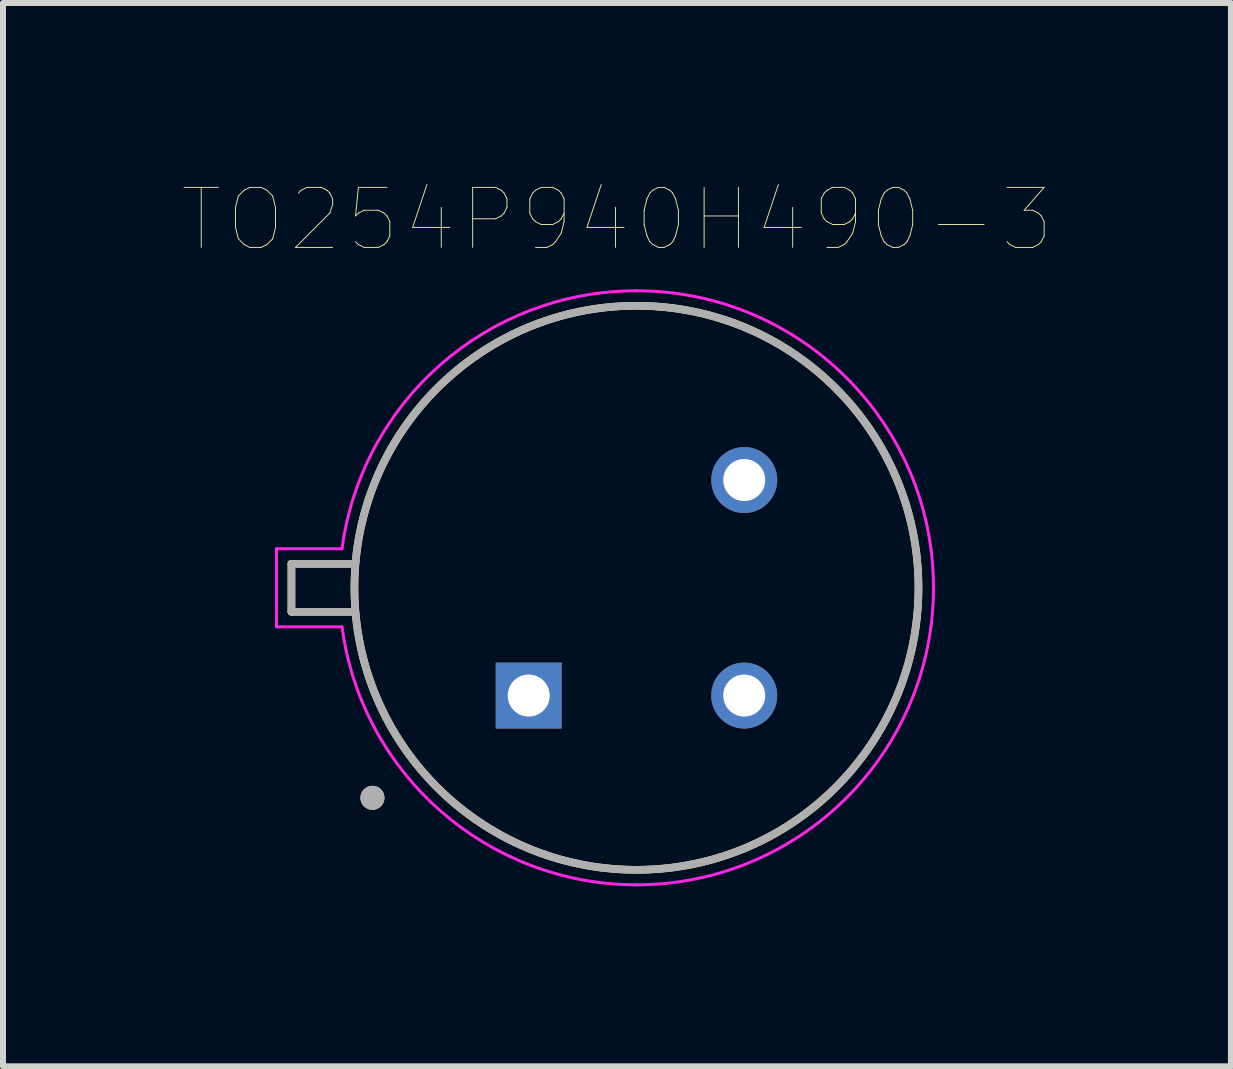
<source format=kicad_pcb>
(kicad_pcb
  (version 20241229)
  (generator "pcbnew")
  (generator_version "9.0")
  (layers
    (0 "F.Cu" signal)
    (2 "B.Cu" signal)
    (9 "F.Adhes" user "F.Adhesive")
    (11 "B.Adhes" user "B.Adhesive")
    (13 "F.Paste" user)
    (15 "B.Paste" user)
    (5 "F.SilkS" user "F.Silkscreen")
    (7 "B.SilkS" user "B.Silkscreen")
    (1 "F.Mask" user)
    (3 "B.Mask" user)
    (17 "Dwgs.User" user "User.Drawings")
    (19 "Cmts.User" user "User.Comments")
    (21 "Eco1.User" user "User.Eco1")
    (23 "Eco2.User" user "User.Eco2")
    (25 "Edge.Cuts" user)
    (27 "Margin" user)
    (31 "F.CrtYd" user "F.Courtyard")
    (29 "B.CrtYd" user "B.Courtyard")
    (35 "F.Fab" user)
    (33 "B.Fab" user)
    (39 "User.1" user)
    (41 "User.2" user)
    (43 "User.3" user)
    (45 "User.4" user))
  (footprint "TO254P940H490-3"
    (layer "F.Cu")
    (at 7.557 6.746)
    (property "Reference" "TO254P940H490-3" (at -0.325 -6.135 0) (layer "F.SilkS") (effects (font (size 1 1) (thickness 0.015))))
    (attr through_hole)
    (fp_line (start -5.75 0.4) (end -5.75 -0.4) (stroke (width 0.127) (type solid)) (layer "F.SilkS"))
    (fp_line (start -4.693 -0.4) (end -5.75 -0.4) (stroke (width 0.127) (type solid)) (layer "F.SilkS"))
    (fp_line (start -4.693 0.4) (end -5.75 0.4) (stroke (width 0.127) (type solid)) (layer "F.SilkS"))
    (fp_circle (center -4.4 3.5) (end -4.3 3.5) (stroke (width 0.2) (type solid)) (fill no) (layer "F.SilkS"))
    (fp_circle (center 0 0) (end 4.7 0) (stroke (width 0.127) (type solid)) (fill no) (layer "F.SilkS"))
    (fp_line (start -6 0.65) (end -6 -0.65) (stroke (width 0.05) (type solid)) (layer "F.CrtYd"))
    (fp_line (start -4.907 -0.65) (end -6 -0.65) (stroke (width 0.05) (type solid)) (layer "F.CrtYd"))
    (fp_line (start -4.907 0.65) (end -6 0.65) (stroke (width 0.05) (type solid)) (layer "F.CrtYd"))
    (fp_arc (start -4.90722 -0.65) (mid -3.262083 -3.72264) (end -0.000001 -4.95) (stroke (width 0.05) (type solid)) (layer "F.CrtYd"))
    (fp_arc (start 0 -4.95) (mid 4.95 0) (end 0 4.95) (stroke (width 0.05) (type solid)) (layer "F.CrtYd"))
    (fp_arc (start 0 4.95) (mid -3.261999 3.722544) (end -4.90722 0.65) (stroke (width 0.05) (type solid)) (layer "F.CrtYd"))
    (fp_line (start -5.75 0.4) (end -5.75 -0.4) (stroke (width 0.127) (type solid)) (layer "F.Fab"))
    (fp_line (start -4.693 -0.4) (end -5.75 -0.4) (stroke (width 0.127) (type solid)) (layer "F.Fab"))
    (fp_line (start -4.693 0.4) (end -5.75 0.4) (stroke (width 0.127) (type solid)) (layer "F.Fab"))
    (fp_circle (center -4.4 3.5) (end -4.3 3.5) (stroke (width 0.2) (type solid)) (fill no) (layer "F.Fab"))
    (fp_circle (center 0 0) (end 4.7 0) (stroke (width 0.127) (type solid)) (fill no) (layer "F.Fab"))
    (pad "1" thru_hole rect (at -1.796 1.796) (size 1.1 1.1) (drill 0.7) (layers "*.Cu" "*.Mask"))
    (pad "2" thru_hole circle (at 1.796 1.796) (size 1.1 1.1) (drill 0.7) (layers "*.Cu" "*.Mask"))
    (pad "3" thru_hole circle (at 1.796 -1.796) (size 1.1 1.1) (drill 0.7) (layers "*.Cu" "*.Mask")))
  (gr_rect
    (start -3 -3)
    (end 17.464 14.721)
    (stroke (width 0.1) (type default))
    (fill no)
    (layer "Edge.Cuts")))
</source>
